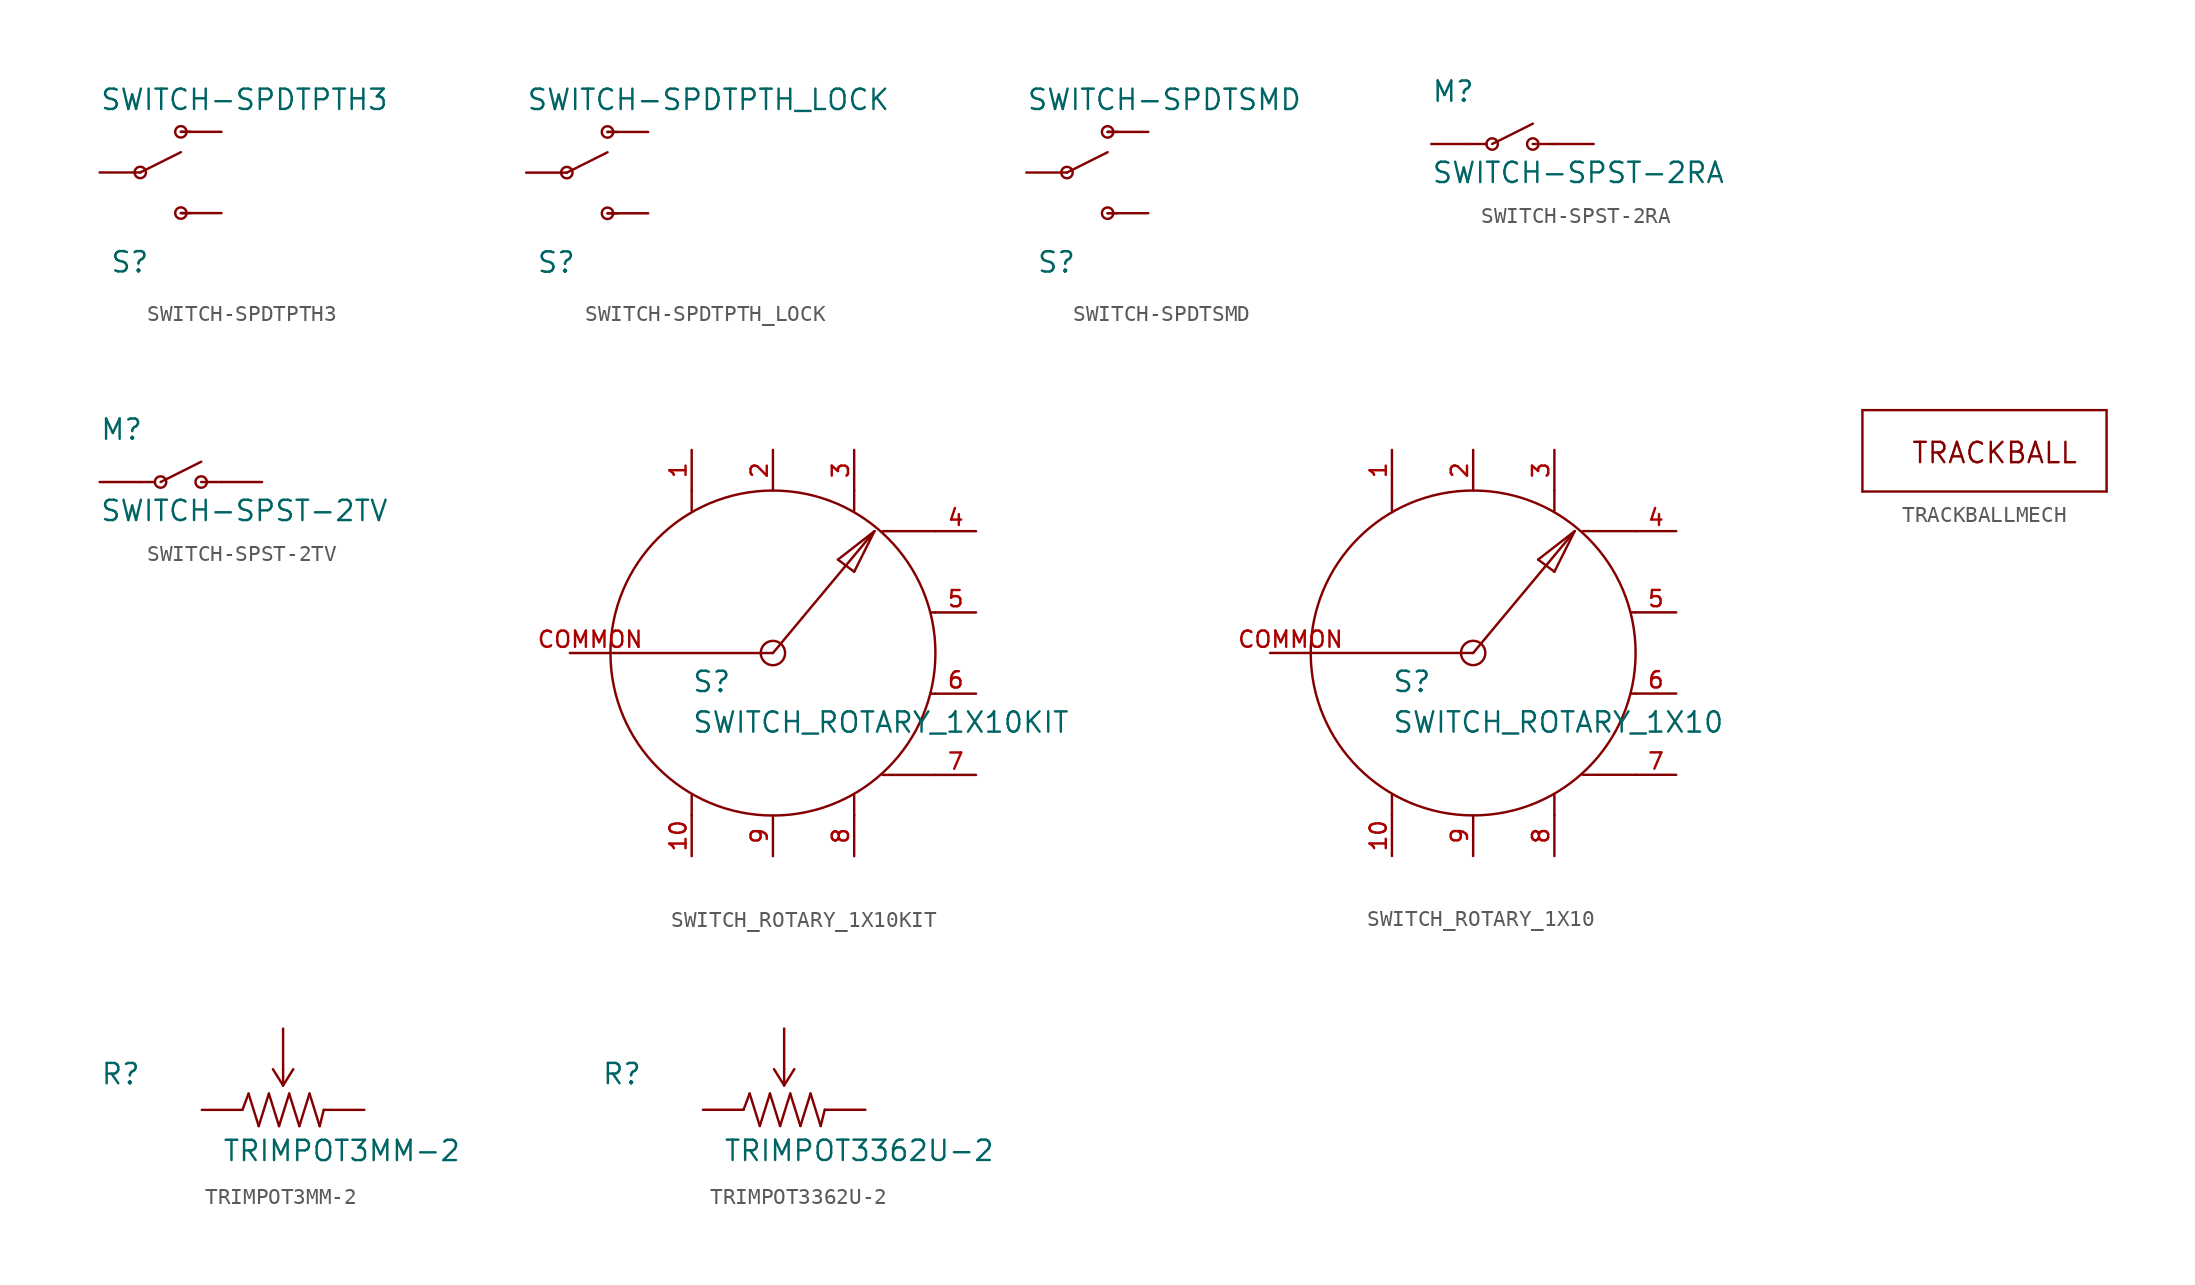
<source format=kicad_sym>
(kicad_symbol_lib
  (version 20211014)
  (generator kicad_symbol_editor)
  (symbol "SWITCH-SPDTPTH3"
    (pin_numbers hide)
    (pin_names
      (offset 1.016) hide)
    (property "Reference" "S"
      (at -1.905 -6.35 0)
      (effects (font (size 1.27 1.27)) (justify left bottom)))
    (property "Value" "SWITCH-SPDTPTH3"
      (at -2.54 3.81 0)
      (effects (font (size 1.27 1.27)) (justify left bottom)))
    (property "ki_locked" ""
      (at 0 0 0)
      (effects (font (size 1.27 1.27))))
    (symbol "SWITCH-SPDTPTH3_1_0"
      (polyline (pts (xy 0 0) (xy 2.54 1.27)) (stroke (width 0) (type default) (color 0 0 0 0)) (fill (type none)))
      (polyline (pts (xy 2.54 -2.54) (xy 3.175 -2.54)) (stroke (width 0) (type default) (color 0 0 0 0)) (fill (type none)))
      (polyline (pts (xy 2.54 2.54) (xy 3.175 2.54)) (stroke (width 0) (type default) (color 0 0 0 0)) (fill (type none))))
    (symbol "SWITCH-SPDTPTH3_1_1"
      (circle (center 0 0) (radius 0.356) (stroke (width 0) (type default) (color 0 0 0 0)) (fill (type none)))
      (circle (center 2.54 -2.54) (radius 0.356) (stroke (width 0) (type default) (color 0 0 0 0)) (fill (type none)))
      (circle (center 2.54 2.54) (radius 0.356) (stroke (width 0) (type default) (color 0 0 0 0)) (fill (type none)))
      (pin passive line (at 5.08 2.54 180) (length 2.54) (name "O" (effects (font (size 1.016 1.016)))) (number "P$1" (effects (font (size 1.016 1.016)))))
      (pin passive line (at -2.54 0 0) (length 2.54) (name "P" (effects (font (size 1.016 1.016)))) (number "P$2" (effects (font (size 1.016 1.016)))))
      (pin passive line (at 5.08 -2.54 180) (length 2.54) (name "S" (effects (font (size 1.016 1.016)))) (number "P$3" (effects (font (size 1.016 1.016)))))))
  (symbol "SWITCH-SPDTPTH_LOCK"
    (pin_numbers hide)
    (pin_names
      (offset 1.016) hide)
    (property "Reference" "S"
      (at -1.905 -6.35 0)
      (effects (font (size 1.27 1.27)) (justify left bottom)))
    (property "Value" "SWITCH-SPDTPTH_LOCK"
      (at -2.54 3.81 0)
      (effects (font (size 1.27 1.27)) (justify left bottom)))
    (property "ki_locked" ""
      (at 0 0 0)
      (effects (font (size 1.27 1.27))))
    (symbol "SWITCH-SPDTPTH_LOCK_1_0"
      (polyline (pts (xy 0 0) (xy 2.54 1.27)) (stroke (width 0) (type default) (color 0 0 0 0)) (fill (type none)))
      (polyline (pts (xy 2.54 -2.54) (xy 3.175 -2.54)) (stroke (width 0) (type default) (color 0 0 0 0)) (fill (type none)))
      (polyline (pts (xy 2.54 2.54) (xy 3.175 2.54)) (stroke (width 0) (type default) (color 0 0 0 0)) (fill (type none))))
    (symbol "SWITCH-SPDTPTH_LOCK_1_1"
      (circle (center 0 0) (radius 0.356) (stroke (width 0) (type default) (color 0 0 0 0)) (fill (type none)))
      (circle (center 2.54 -2.54) (radius 0.356) (stroke (width 0) (type default) (color 0 0 0 0)) (fill (type none)))
      (circle (center 2.54 2.54) (radius 0.356) (stroke (width 0) (type default) (color 0 0 0 0)) (fill (type none)))
      (pin passive line (at 5.08 2.54 180) (length 2.54) (name "O" (effects (font (size 1.016 1.016)))) (number "1" (effects (font (size 1.016 1.016)))))
      (pin passive line (at -2.54 0 0) (length 2.54) (name "P" (effects (font (size 1.016 1.016)))) (number "2" (effects (font (size 1.016 1.016)))))
      (pin passive line (at 5.08 -2.54 180) (length 2.54) (name "S" (effects (font (size 1.016 1.016)))) (number "3" (effects (font (size 1.016 1.016)))))))
  (symbol "SWITCH-SPDTSMD"
    (pin_numbers hide)
    (pin_names
      (offset 1.016) hide)
    (property "Reference" "S"
      (at -1.905 -6.35 0)
      (effects (font (size 1.27 1.27)) (justify left bottom)))
    (property "Value" "SWITCH-SPDTSMD"
      (at -2.54 3.81 0)
      (effects (font (size 1.27 1.27)) (justify left bottom)))
    (property "ki_locked" ""
      (at 0 0 0)
      (effects (font (size 1.27 1.27))))
    (symbol "SWITCH-SPDTSMD_1_0"
      (polyline (pts (xy 0 0) (xy 2.54 1.27)) (stroke (width 0) (type default) (color 0 0 0 0)) (fill (type none)))
      (polyline (pts (xy 2.54 -2.54) (xy 3.175 -2.54)) (stroke (width 0) (type default) (color 0 0 0 0)) (fill (type none)))
      (polyline (pts (xy 2.54 2.54) (xy 3.175 2.54)) (stroke (width 0) (type default) (color 0 0 0 0)) (fill (type none))))
    (symbol "SWITCH-SPDTSMD_1_1"
      (circle (center 0 0) (radius 0.356) (stroke (width 0) (type default) (color 0 0 0 0)) (fill (type none)))
      (circle (center 2.54 -2.54) (radius 0.356) (stroke (width 0) (type default) (color 0 0 0 0)) (fill (type none)))
      (circle (center 2.54 2.54) (radius 0.356) (stroke (width 0) (type default) (color 0 0 0 0)) (fill (type none)))
      (pin passive line (at 5.08 2.54 180) (length 2.54) (name "O" (effects (font (size 1.016 1.016)))) (number "1" (effects (font (size 1.016 1.016)))))
      (pin passive line (at -2.54 0 0) (length 2.54) (name "P" (effects (font (size 1.016 1.016)))) (number "2" (effects (font (size 1.016 1.016)))))
      (pin passive line (at 5.08 -2.54 180) (length 2.54) (name "S" (effects (font (size 1.016 1.016)))) (number "3" (effects (font (size 1.016 1.016)))))))
  (symbol "SWITCH-SPST-2RA"
    (pin_numbers hide)
    (pin_names
      (offset 1.016) hide)
    (property "Reference" "M"
      (at -5.08 2.54 0)
      (effects (font (size 1.27 1.27)) (justify left bottom)))
    (property "Value" "SWITCH-SPST-2RA"
      (at -5.08 -2.54 0)
      (effects (font (size 1.27 1.27)) (justify left bottom)))
    (property "ki_locked" ""
      (at 0 0 0)
      (effects (font (size 1.27 1.27))))
    (symbol "SWITCH-SPST-2RA_1_0"
      (polyline (pts (xy -2.54 0) (xy -1.626 0)) (stroke (width 0) (type default) (color 0 0 0 0)) (fill (type none)))
      (polyline (pts (xy -1.27 0) (xy 1.27 1.27)) (stroke (width 0) (type default) (color 0 0 0 0)) (fill (type none)))
      (polyline (pts (xy 1.27 0) (xy 2.54 0)) (stroke (width 0) (type default) (color 0 0 0 0)) (fill (type none))))
    (symbol "SWITCH-SPST-2RA_1_1"
      (circle (center -1.27 0) (radius 0.356) (stroke (width 0) (type default) (color 0 0 0 0)) (fill (type none)))
      (circle (center 1.27 0) (radius 0.356) (stroke (width 0) (type default) (color 0 0 0 0)) (fill (type none)))
      (pin passive line (at 5.08 0 180) (length 2.54) (name "O" (effects (font (size 1.016 1.016)))) (number "P$3" (effects (font (size 1.016 1.016)))))
      (pin passive line (at -5.08 0 0) (length 2.54) (name "P" (effects (font (size 1.016 1.016)))) (number "P$4" (effects (font (size 1.016 1.016)))))))
  (symbol "SWITCH-SPST-2TV"
    (pin_numbers hide)
    (pin_names
      (offset 1.016) hide)
    (property "Reference" "M"
      (at -5.08 2.54 0)
      (effects (font (size 1.27 1.27)) (justify left bottom)))
    (property "Value" "SWITCH-SPST-2TV"
      (at -5.08 -2.54 0)
      (effects (font (size 1.27 1.27)) (justify left bottom)))
    (property "ki_locked" ""
      (at 0 0 0)
      (effects (font (size 1.27 1.27))))
    (symbol "SWITCH-SPST-2TV_1_0"
      (polyline (pts (xy -2.54 0) (xy -1.626 0)) (stroke (width 0) (type default) (color 0 0 0 0)) (fill (type none)))
      (polyline (pts (xy -1.27 0) (xy 1.27 1.27)) (stroke (width 0) (type default) (color 0 0 0 0)) (fill (type none)))
      (polyline (pts (xy 1.27 0) (xy 2.54 0)) (stroke (width 0) (type default) (color 0 0 0 0)) (fill (type none))))
    (symbol "SWITCH-SPST-2TV_1_1"
      (circle (center -1.27 0) (radius 0.356) (stroke (width 0) (type default) (color 0 0 0 0)) (fill (type none)))
      (circle (center 1.27 0) (radius 0.356) (stroke (width 0) (type default) (color 0 0 0 0)) (fill (type none)))
      (pin passive line (at 5.08 0 180) (length 2.54) (name "O" (effects (font (size 1.016 1.016)))) (number "1" (effects (font (size 1.016 1.016)))))
      (pin passive line (at -5.08 0 0) (length 2.54) (name "P" (effects (font (size 1.016 1.016)))) (number "2" (effects (font (size 1.016 1.016)))))))
  (symbol "SWITCH_ROTARY_1X10KIT"
    (pin_names
      (offset 1.016) hide)
    (property "Reference" "S"
      (at -5.08 -2.54 0)
      (effects (font (size 1.27 1.27)) (justify left bottom)))
    (property "Value" "SWITCH_ROTARY_1X10KIT"
      (at -5.08 -5.08 0)
      (effects (font (size 1.27 1.27)) (justify left bottom)))
    (property "ki_locked" ""
      (at 0 0 0)
      (effects (font (size 1.27 1.27))))
    (symbol "SWITCH_ROTARY_1X10KIT_1_0"
      (polyline (pts (xy -5.08 -10.16) (xy -5.08 -8.89)) (stroke (width 0) (type default) (color 0 0 0 0)) (fill (type none)))
      (polyline (pts (xy -5.08 10.16) (xy -5.08 8.89)) (stroke (width 0) (type default) (color 0 0 0 0)) (fill (type none)))
      (polyline (pts (xy 0 0) (xy -10.16 0)) (stroke (width 0) (type default) (color 0 0 0 0)) (fill (type none)))
      (polyline (pts (xy 0 0) (xy 6.35 7.62)) (stroke (width 0) (type default) (color 0 0 0 0)) (fill (type none)))
      (polyline (pts (xy 4.064 5.842) (xy 6.35 7.62)) (stroke (width 0) (type default) (color 0 0 0 0)) (fill (type none)))
      (polyline (pts (xy 5.08 -10.16) (xy 5.08 -8.89)) (stroke (width 0) (type default) (color 0 0 0 0)) (fill (type none)))
      (polyline (pts (xy 5.08 5.08) (xy 4.064 5.842)) (stroke (width 0) (type default) (color 0 0 0 0)) (fill (type none)))
      (polyline (pts (xy 5.08 10.16) (xy 5.08 8.89)) (stroke (width 0) (type default) (color 0 0 0 0)) (fill (type none)))
      (polyline (pts (xy 6.35 7.62) (xy 5.08 5.08)) (stroke (width 0) (type default) (color 0 0 0 0)) (fill (type none)))
      (polyline (pts (xy 10.16 -7.62) (xy 6.858 -7.62)) (stroke (width 0) (type default) (color 0 0 0 0)) (fill (type none)))
      (polyline (pts (xy 10.16 -2.54) (xy 9.906 -2.54)) (stroke (width 0) (type default) (color 0 0 0 0)) (fill (type none)))
      (polyline (pts (xy 10.16 2.54) (xy 9.906 2.54)) (stroke (width 0) (type default) (color 0 0 0 0)) (fill (type none)))
      (polyline (pts (xy 10.16 7.62) (xy 6.858 7.62)) (stroke (width 0) (type default) (color 0 0 0 0)) (fill (type none))))
    (symbol "SWITCH_ROTARY_1X10KIT_1_1"
      (circle (center 0 0) (radius 0.762) (stroke (width 0) (type default) (color 0 0 0 0)) (fill (type none)))
      (circle (center 0 0) (radius 10.16) (stroke (width 0) (type default) (color 0 0 0 0)) (fill (type none)))
      (pin bidirectional line (at -5.08 12.7 270) (length 2.54) (name "1" (effects (font (size 1.016 1.016)))) (number "1" (effects (font (size 1.016 1.016)))))
      (pin bidirectional line (at -5.08 -12.7 90) (length 2.54) (name "10" (effects (font (size 1.016 1.016)))) (number "10" (effects (font (size 1.016 1.016)))))
      (pin bidirectional line (at 0 12.7 270) (length 2.54) (name "2" (effects (font (size 1.016 1.016)))) (number "2" (effects (font (size 1.016 1.016)))))
      (pin bidirectional line (at 5.08 12.7 270) (length 2.54) (name "3" (effects (font (size 1.016 1.016)))) (number "3" (effects (font (size 1.016 1.016)))))
      (pin bidirectional line (at 12.7 7.62 180) (length 2.54) (name "4" (effects (font (size 1.016 1.016)))) (number "4" (effects (font (size 1.016 1.016)))))
      (pin bidirectional line (at 12.7 2.54 180) (length 2.54) (name "5" (effects (font (size 1.016 1.016)))) (number "5" (effects (font (size 1.016 1.016)))))
      (pin bidirectional line (at 12.7 -2.54 180) (length 2.54) (name "6" (effects (font (size 1.016 1.016)))) (number "6" (effects (font (size 1.016 1.016)))))
      (pin bidirectional line (at 12.7 -7.62 180) (length 2.54) (name "7" (effects (font (size 1.016 1.016)))) (number "7" (effects (font (size 1.016 1.016)))))
      (pin bidirectional line (at 5.08 -12.7 90) (length 2.54) (name "8" (effects (font (size 1.016 1.016)))) (number "8" (effects (font (size 1.016 1.016)))))
      (pin bidirectional line (at 0 -12.7 90) (length 2.54) (name "9" (effects (font (size 1.016 1.016)))) (number "9" (effects (font (size 1.016 1.016)))))
      (pin bidirectional line (at -12.7 0 0) (length 2.54) (name "COMMON" (effects (font (size 1.016 1.016)))) (number "COMMON" (effects (font (size 1.016 1.016)))))))
  (symbol "SWITCH_ROTARY_1X10"
    (pin_names
      (offset 1.016) hide)
    (property "Reference" "S"
      (at -5.08 -2.54 0)
      (effects (font (size 1.27 1.27)) (justify left bottom)))
    (property "Value" "SWITCH_ROTARY_1X10"
      (at -5.08 -5.08 0)
      (effects (font (size 1.27 1.27)) (justify left bottom)))
    (property "ki_locked" ""
      (at 0 0 0)
      (effects (font (size 1.27 1.27))))
    (symbol "SWITCH_ROTARY_1X10_1_0"
      (polyline (pts (xy -5.08 -10.16) (xy -5.08 -8.89)) (stroke (width 0) (type default) (color 0 0 0 0)) (fill (type none)))
      (polyline (pts (xy -5.08 10.16) (xy -5.08 8.89)) (stroke (width 0) (type default) (color 0 0 0 0)) (fill (type none)))
      (polyline (pts (xy 0 0) (xy -10.16 0)) (stroke (width 0) (type default) (color 0 0 0 0)) (fill (type none)))
      (polyline (pts (xy 0 0) (xy 6.35 7.62)) (stroke (width 0) (type default) (color 0 0 0 0)) (fill (type none)))
      (polyline (pts (xy 4.064 5.842) (xy 6.35 7.62)) (stroke (width 0) (type default) (color 0 0 0 0)) (fill (type none)))
      (polyline (pts (xy 5.08 -10.16) (xy 5.08 -8.89)) (stroke (width 0) (type default) (color 0 0 0 0)) (fill (type none)))
      (polyline (pts (xy 5.08 5.08) (xy 4.064 5.842)) (stroke (width 0) (type default) (color 0 0 0 0)) (fill (type none)))
      (polyline (pts (xy 5.08 10.16) (xy 5.08 8.89)) (stroke (width 0) (type default) (color 0 0 0 0)) (fill (type none)))
      (polyline (pts (xy 6.35 7.62) (xy 5.08 5.08)) (stroke (width 0) (type default) (color 0 0 0 0)) (fill (type none)))
      (polyline (pts (xy 10.16 -7.62) (xy 6.858 -7.62)) (stroke (width 0) (type default) (color 0 0 0 0)) (fill (type none)))
      (polyline (pts (xy 10.16 -2.54) (xy 9.906 -2.54)) (stroke (width 0) (type default) (color 0 0 0 0)) (fill (type none)))
      (polyline (pts (xy 10.16 2.54) (xy 9.906 2.54)) (stroke (width 0) (type default) (color 0 0 0 0)) (fill (type none)))
      (polyline (pts (xy 10.16 7.62) (xy 6.858 7.62)) (stroke (width 0) (type default) (color 0 0 0 0)) (fill (type none))))
    (symbol "SWITCH_ROTARY_1X10_1_1"
      (circle (center 0 0) (radius 0.762) (stroke (width 0) (type default) (color 0 0 0 0)) (fill (type none)))
      (circle (center 0 0) (radius 10.16) (stroke (width 0) (type default) (color 0 0 0 0)) (fill (type none)))
      (pin bidirectional line (at -5.08 12.7 270) (length 2.54) (name "1" (effects (font (size 1.016 1.016)))) (number "1" (effects (font (size 1.016 1.016)))))
      (pin bidirectional line (at -5.08 -12.7 90) (length 2.54) (name "10" (effects (font (size 1.016 1.016)))) (number "10" (effects (font (size 1.016 1.016)))))
      (pin bidirectional line (at 0 12.7 270) (length 2.54) (name "2" (effects (font (size 1.016 1.016)))) (number "2" (effects (font (size 1.016 1.016)))))
      (pin bidirectional line (at 5.08 12.7 270) (length 2.54) (name "3" (effects (font (size 1.016 1.016)))) (number "3" (effects (font (size 1.016 1.016)))))
      (pin bidirectional line (at 12.7 7.62 180) (length 2.54) (name "4" (effects (font (size 1.016 1.016)))) (number "4" (effects (font (size 1.016 1.016)))))
      (pin bidirectional line (at 12.7 2.54 180) (length 2.54) (name "5" (effects (font (size 1.016 1.016)))) (number "5" (effects (font (size 1.016 1.016)))))
      (pin bidirectional line (at 12.7 -2.54 180) (length 2.54) (name "6" (effects (font (size 1.016 1.016)))) (number "6" (effects (font (size 1.016 1.016)))))
      (pin bidirectional line (at 12.7 -7.62 180) (length 2.54) (name "7" (effects (font (size 1.016 1.016)))) (number "7" (effects (font (size 1.016 1.016)))))
      (pin bidirectional line (at 5.08 -12.7 90) (length 2.54) (name "8" (effects (font (size 1.016 1.016)))) (number "8" (effects (font (size 1.016 1.016)))))
      (pin bidirectional line (at 0 -12.7 90) (length 2.54) (name "9" (effects (font (size 1.016 1.016)))) (number "9" (effects (font (size 1.016 1.016)))))
      (pin bidirectional line (at -12.7 0 0) (length 2.54) (name "COMMON" (effects (font (size 1.016 1.016)))) (number "COMMON" (effects (font (size 1.016 1.016)))))))
  (symbol "TRACKBALLMECH"
    (pin_numbers hide)
    (pin_names
      (offset 1.016) hide)
    (property "Reference" "M"
      (at 0 0 0)
      (effects (font (size 1.27 1.27)) hide))
    (property "ki_locked" ""
      (at 0 0 0)
      (effects (font (size 1.27 1.27))))
    (symbol "TRACKBALLMECH_1_0"
      (polyline (pts (xy -7.62 -2.54) (xy -7.62 2.54)) (stroke (width 0) (type default) (color 0 0 0 0)) (fill (type none)))
      (polyline (pts (xy -7.62 2.54) (xy 7.62 2.54)) (stroke (width 0) (type default) (color 0 0 0 0)) (fill (type none)))
      (polyline (pts (xy 7.62 -2.54) (xy -7.62 -2.54)) (stroke (width 0) (type default) (color 0 0 0 0)) (fill (type none)))
      (polyline (pts (xy 7.62 2.54) (xy 7.62 -2.54)) (stroke (width 0) (type default) (color 0 0 0 0)) (fill (type none)))
      (text "TRACKBALL" (at 0.635 -0.127 0) (effects (font (size 1.27 1.27))))))
  (symbol "TRIMPOT3MM-2"
    (pin_numbers hide)
    (pin_names
      (offset 1.016) hide)
    (property "Reference" "R"
      (at -11.43 1.499 0)
      (effects (font (size 1.27 1.27)) (justify left bottom)))
    (property "Value" "TRIMPOT3MM-2"
      (at -3.81 -3.302 0)
      (effects (font (size 1.27 1.27)) (justify left bottom)))
    (property "ki_locked" ""
      (at 0 0 0)
      (effects (font (size 1.27 1.27))))
    (symbol "TRIMPOT3MM-2_1_0"
      (polyline (pts (xy -2.54 0) (xy -2.159 1.016)) (stroke (width 0) (type default) (color 0 0 0 0)) (fill (type none)))
      (polyline (pts (xy -2.159 1.016) (xy -1.524 -1.016)) (stroke (width 0) (type default) (color 0 0 0 0)) (fill (type none)))
      (polyline (pts (xy -1.524 -1.016) (xy -0.889 1.016)) (stroke (width 0) (type default) (color 0 0 0 0)) (fill (type none)))
      (polyline (pts (xy -0.889 1.016) (xy -0.254 -1.016)) (stroke (width 0) (type default) (color 0 0 0 0)) (fill (type none)))
      (polyline (pts (xy -0.635 2.54) (xy 0 1.524)) (stroke (width 0) (type default) (color 0 0 0 0)) (fill (type none)))
      (polyline (pts (xy -0.254 -1.016) (xy 0.381 1.016)) (stroke (width 0) (type default) (color 0 0 0 0)) (fill (type none)))
      (polyline (pts (xy 0 1.524) (xy 0.635 2.54)) (stroke (width 0) (type default) (color 0 0 0 0)) (fill (type none)))
      (polyline (pts (xy 0 2.54) (xy 0 1.524)) (stroke (width 0) (type default) (color 0 0 0 0)) (fill (type none)))
      (polyline (pts (xy 0.381 1.016) (xy 1.016 -1.016)) (stroke (width 0) (type default) (color 0 0 0 0)) (fill (type none)))
      (polyline (pts (xy 1.016 -1.016) (xy 1.651 1.016)) (stroke (width 0) (type default) (color 0 0 0 0)) (fill (type none)))
      (polyline (pts (xy 1.651 1.016) (xy 2.286 -1.016)) (stroke (width 0) (type default) (color 0 0 0 0)) (fill (type none)))
      (polyline (pts (xy 2.286 -1.016) (xy 2.54 0)) (stroke (width 0) (type default) (color 0 0 0 0)) (fill (type none))))
    (symbol "TRIMPOT3MM-2_1_1"
      (pin passive line (at -5.08 0 0) (length 2.54) (name "CCW" (effects (font (size 1.016 1.016)))) (number "1" (effects (font (size 1.016 1.016)))))
      (pin passive line (at 0 5.08 270) (length 2.54) (name "WIPER" (effects (font (size 1.016 1.016)))) (number "2" (effects (font (size 1.016 1.016)))))
      (pin passive line (at 5.08 0 180) (length 2.54) (name "CW" (effects (font (size 1.016 1.016)))) (number "3" (effects (font (size 1.016 1.016)))))))
  (symbol "TRIMPOT3362U-2"
    (pin_numbers hide)
    (pin_names
      (offset 1.016) hide)
    (property "Reference" "R"
      (at -11.43 1.499 0)
      (effects (font (size 1.27 1.27)) (justify left bottom)))
    (property "Value" "TRIMPOT3362U-2"
      (at -3.81 -3.302 0)
      (effects (font (size 1.27 1.27)) (justify left bottom)))
    (property "ki_locked" ""
      (at 0 0 0)
      (effects (font (size 1.27 1.27))))
    (symbol "TRIMPOT3362U-2_1_0"
      (polyline (pts (xy -2.54 0) (xy -2.159 1.016)) (stroke (width 0) (type default) (color 0 0 0 0)) (fill (type none)))
      (polyline (pts (xy -2.159 1.016) (xy -1.524 -1.016)) (stroke (width 0) (type default) (color 0 0 0 0)) (fill (type none)))
      (polyline (pts (xy -1.524 -1.016) (xy -0.889 1.016)) (stroke (width 0) (type default) (color 0 0 0 0)) (fill (type none)))
      (polyline (pts (xy -0.889 1.016) (xy -0.254 -1.016)) (stroke (width 0) (type default) (color 0 0 0 0)) (fill (type none)))
      (polyline (pts (xy -0.635 2.54) (xy 0 1.524)) (stroke (width 0) (type default) (color 0 0 0 0)) (fill (type none)))
      (polyline (pts (xy -0.254 -1.016) (xy 0.381 1.016)) (stroke (width 0) (type default) (color 0 0 0 0)) (fill (type none)))
      (polyline (pts (xy 0 1.524) (xy 0.635 2.54)) (stroke (width 0) (type default) (color 0 0 0 0)) (fill (type none)))
      (polyline (pts (xy 0 2.54) (xy 0 1.524)) (stroke (width 0) (type default) (color 0 0 0 0)) (fill (type none)))
      (polyline (pts (xy 0.381 1.016) (xy 1.016 -1.016)) (stroke (width 0) (type default) (color 0 0 0 0)) (fill (type none)))
      (polyline (pts (xy 1.016 -1.016) (xy 1.651 1.016)) (stroke (width 0) (type default) (color 0 0 0 0)) (fill (type none)))
      (polyline (pts (xy 1.651 1.016) (xy 2.286 -1.016)) (stroke (width 0) (type default) (color 0 0 0 0)) (fill (type none)))
      (polyline (pts (xy 2.286 -1.016) (xy 2.54 0)) (stroke (width 0) (type default) (color 0 0 0 0)) (fill (type none))))
    (symbol "TRIMPOT3362U-2_1_1"
      (pin passive line (at -5.08 0 0) (length 2.54) (name "CCW" (effects (font (size 1.016 1.016)))) (number "1" (effects (font (size 1.016 1.016)))))
      (pin passive line (at 0 5.08 270) (length 2.54) (name "WIPER" (effects (font (size 1.016 1.016)))) (number "2" (effects (font (size 1.016 1.016)))))
      (pin passive line (at 5.08 0 180) (length 2.54) (name "CW" (effects (font (size 1.016 1.016)))) (number "3" (effects (font (size 1.016 1.016))))))))
</source>
